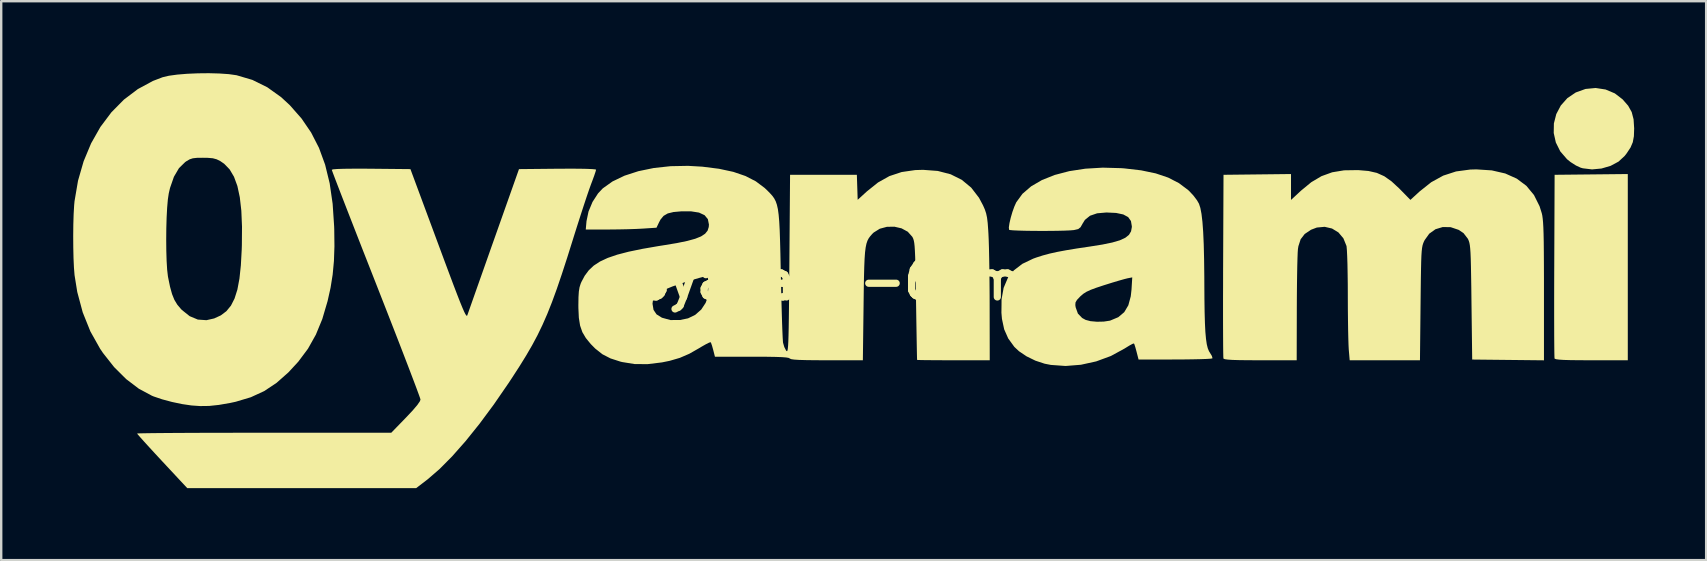
<source format=kicad_pcb>
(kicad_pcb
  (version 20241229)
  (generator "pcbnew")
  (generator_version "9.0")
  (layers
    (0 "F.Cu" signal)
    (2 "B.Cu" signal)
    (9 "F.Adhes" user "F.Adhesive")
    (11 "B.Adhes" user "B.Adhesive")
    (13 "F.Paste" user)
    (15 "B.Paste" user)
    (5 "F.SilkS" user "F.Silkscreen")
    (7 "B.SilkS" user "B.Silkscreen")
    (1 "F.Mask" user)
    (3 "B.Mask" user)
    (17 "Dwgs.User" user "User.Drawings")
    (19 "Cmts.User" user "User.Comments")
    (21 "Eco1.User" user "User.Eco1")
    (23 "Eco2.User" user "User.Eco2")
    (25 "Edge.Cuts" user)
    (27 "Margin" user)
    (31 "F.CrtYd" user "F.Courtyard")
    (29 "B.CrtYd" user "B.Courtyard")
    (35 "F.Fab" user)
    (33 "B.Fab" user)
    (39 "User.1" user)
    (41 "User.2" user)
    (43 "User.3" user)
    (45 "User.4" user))
  (footprint "oyanami-65mm"
    (layer "F.Cu")
    (at 32.502 8.644)
    (property "Reference" "oyanami-65mm" (at 0 0 0) (layer "F.SilkS") (effects (font (size 1.5 1.5) (thickness 0.3))))
    (attr board_only exclude_from_pos_files exclude_from_bom)
    (fp_poly (pts (xy 32.268 -0.563) (xy 32.268 3.316) (xy 30.756 3.316) (xy 30.267 3.314) (xy 29.885 3.31) (xy 29.6 3.302) (xy 29.402 3.289) (xy 29.28 3.272) (xy 29.223 3.25) (xy 29.216 3.242) (xy 29.212 3.171) (xy 29.208 2.992) (xy 29.205 2.715) (xy 29.202 2.35) (xy 29.201 1.907) (xy 29.2 1.397) (xy 29.2 0.83) (xy 29.201 0.215) (xy 29.203 -0.437) (xy 29.204 -0.622) (xy 29.219 -4.411) (xy 30.743 -4.427) (xy 32.268 -4.443)) (stroke (width 0) (type solid)) (fill yes) (layer "F.SilkS"))
    (fp_poly (pts (xy 31.343 -7.965) (xy 31.728 -7.803) (xy 32.051 -7.555) (xy 32.283 -7.289) (xy 32.431 -7.024) (xy 32.509 -6.723) (xy 32.533 -6.349) (xy 32.533 -6.335) (xy 32.522 -6.016) (xy 32.476 -5.768) (xy 32.381 -5.546) (xy 32.222 -5.306) (xy 32.139 -5.199) (xy 31.884 -4.962) (xy 31.552 -4.784) (xy 31.173 -4.673) (xy 30.778 -4.636) (xy 30.397 -4.682) (xy 30.306 -4.707) (xy 30.108 -4.799) (xy 29.884 -4.942) (xy 29.737 -5.06) (xy 29.454 -5.388) (xy 29.27 -5.758) (xy 29.182 -6.152) (xy 29.189 -6.552) (xy 29.288 -6.94) (xy 29.477 -7.298) (xy 29.752 -7.607) (xy 30.101 -7.842) (xy 30.507 -7.988) (xy 30.928 -8.028)) (stroke (width 0) (type solid)) (fill yes) (layer "F.SilkS"))
    (fp_poly (pts (xy -20.342 -4.666) (xy -20.091 -4.664) (xy -18.452 -4.648) (xy -17.293 -1.524) (xy -17.043 -0.85) (xy -16.83 -0.28) (xy -16.652 0.194) (xy -16.504 0.58) (xy -16.385 0.885) (xy -16.29 1.117) (xy -16.218 1.283) (xy -16.164 1.391) (xy -16.125 1.449) (xy -16.099 1.465) (xy -16.083 1.445) (xy -16.082 1.442) (xy -16.052 1.357) (xy -15.987 1.171) (xy -15.89 0.896) (xy -15.765 0.542) (xy -15.616 0.12) (xy -15.447 -0.358) (xy -15.262 -0.882) (xy -15.065 -1.441) (xy -14.979 -1.682) (xy -13.929 -4.648) (xy -12.323 -4.664) (xy -11.848 -4.666) (xy -11.443 -4.665) (xy -11.117 -4.659) (xy -10.881 -4.649) (xy -10.746 -4.636) (xy -10.717 -4.624) (xy -10.737 -4.548) (xy -10.79 -4.389) (xy -10.869 -4.172) (xy -10.928 -4.016) (xy -11.001 -3.814) (xy -11.102 -3.519) (xy -11.224 -3.152) (xy -11.36 -2.734) (xy -11.504 -2.284) (xy -11.649 -1.825) (xy -11.666 -1.77) (xy -11.917 -0.97) (xy -12.145 -0.269) (xy -12.355 0.348) (xy -12.555 0.895) (xy -12.751 1.388) (xy -12.95 1.842) (xy -13.158 2.273) (xy -13.383 2.694) (xy -13.631 3.12) (xy -13.908 3.568) (xy -14.222 4.053) (xy -14.361 4.263) (xy -14.975 5.155) (xy -15.576 5.966) (xy -16.157 6.689) (xy -16.714 7.319) (xy -17.242 7.851) (xy -17.735 8.277) (xy -17.782 8.313) (xy -18.214 8.644) (xy -22.982 8.644) (xy -27.75 8.644) (xy -28.795 7.523) (xy -29.077 7.219) (xy -29.329 6.945) (xy -29.543 6.71) (xy -29.706 6.528) (xy -29.809 6.41) (xy -29.841 6.368) (xy -29.783 6.363) (xy -29.615 6.359) (xy -29.345 6.354) (xy -28.983 6.35) (xy -28.535 6.346) (xy -28.011 6.343) (xy -27.419 6.34) (xy -26.767 6.338) (xy -26.063 6.337) (xy -25.317 6.336) (xy -24.545 6.335) (xy -19.25 6.335) (xy -18.639 5.706) (xy -18.356 5.405) (xy -18.161 5.175) (xy -18.054 5.018) (xy -18.033 4.951) (xy -18.055 4.878) (xy -18.118 4.703) (xy -18.217 4.435) (xy -18.351 4.081) (xy -18.515 3.65) (xy -18.707 3.15) (xy -18.923 2.59) (xy -19.161 1.978) (xy -19.417 1.322) (xy -19.688 0.63) (xy -19.883 0.132) (xy -20.162 -0.578) (xy -20.429 -1.257) (xy -20.679 -1.897) (xy -20.91 -2.489) (xy -21.119 -3.025) (xy -21.302 -3.497) (xy -21.457 -3.898) (xy -21.58 -4.218) (xy -21.668 -4.451) (xy -21.718 -4.587) (xy -21.729 -4.621) (xy -21.671 -4.639) (xy -21.498 -4.653) (xy -21.217 -4.662) (xy -20.83 -4.666)) (stroke (width 0) (type solid)) (fill yes) (layer "F.SilkS"))
    (fp_poly (pts (xy -26.411 -8.632) (xy -26.018 -8.605) (xy -25.699 -8.56) (xy -25.688 -8.557) (xy -25.037 -8.365) (xy -24.42 -8.061) (xy -23.839 -7.646) (xy -23.475 -7.309) (xy -22.993 -6.762) (xy -22.59 -6.173) (xy -22.262 -5.533) (xy -22.006 -4.832) (xy -21.817 -4.059) (xy -21.693 -3.203) (xy -21.63 -2.255) (xy -21.626 -2.136) (xy -21.618 -1.436) (xy -21.639 -0.82) (xy -21.692 -0.254) (xy -21.779 0.293) (xy -21.904 0.853) (xy -21.906 0.859) (xy -22.124 1.599) (xy -22.392 2.249) (xy -22.72 2.834) (xy -23.124 3.375) (xy -23.534 3.819) (xy -24.03 4.258) (xy -24.544 4.6) (xy -25.103 4.857) (xy -25.733 5.045) (xy -25.96 5.094) (xy -26.433 5.176) (xy -26.837 5.219) (xy -27.216 5.224) (xy -27.574 5.199) (xy -27.963 5.142) (xy -28.386 5.053) (xy -28.797 4.943) (xy -29.149 4.824) (xy -29.224 4.793) (xy -29.768 4.501) (xy -30.296 4.1) (xy -30.797 3.601) (xy -31.261 3.013) (xy -31.381 2.836) (xy -31.786 2.115) (xy -32.105 1.322) (xy -32.333 0.471) (xy -32.446 -0.231) (xy -32.471 -0.542) (xy -32.489 -0.939) (xy -32.499 -1.392) (xy -32.501 -1.705) (xy -28.627 -1.705) (xy -28.623 -1.245) (xy -28.61 -0.821) (xy -28.588 -0.458) (xy -28.556 -0.182) (xy -28.55 -0.148) (xy -28.468 0.252) (xy -28.383 0.56) (xy -28.286 0.8) (xy -28.165 1) (xy -28.009 1.184) (xy -27.974 1.22) (xy -27.651 1.478) (xy -27.309 1.621) (xy -26.951 1.646) (xy -26.628 1.573) (xy -26.352 1.446) (xy -26.121 1.272) (xy -25.931 1.041) (xy -25.78 0.745) (xy -25.662 0.373) (xy -25.576 -0.085) (xy -25.517 -0.638) (xy -25.481 -1.296) (xy -25.475 -1.48) (xy -25.469 -2.25) (xy -25.497 -2.913) (xy -25.561 -3.476) (xy -25.662 -3.946) (xy -25.803 -4.33) (xy -25.985 -4.636) (xy -26.211 -4.87) (xy -26.377 -4.984) (xy -26.526 -5.057) (xy -26.685 -5.1) (xy -26.894 -5.118) (xy -27.097 -5.121) (xy -27.347 -5.118) (xy -27.517 -5.099) (xy -27.648 -5.057) (xy -27.777 -4.982) (xy -27.836 -4.942) (xy -28.095 -4.689) (xy -28.306 -4.329) (xy -28.468 -3.863) (xy -28.52 -3.641) (xy -28.558 -3.388) (xy -28.588 -3.042) (xy -28.61 -2.629) (xy -28.623 -2.175) (xy -28.627 -1.705) (xy -32.501 -1.705) (xy -32.502 -1.869) (xy -32.497 -2.34) (xy -32.484 -2.773) (xy -32.463 -3.137) (xy -32.447 -3.31) (xy -32.301 -4.167) (xy -32.068 -4.974) (xy -31.756 -5.722) (xy -31.368 -6.406) (xy -30.911 -7.015) (xy -30.39 -7.543) (xy -29.811 -7.981) (xy -29.18 -8.322) (xy -28.775 -8.477) (xy -28.516 -8.538) (xy -28.167 -8.586) (xy -27.755 -8.62) (xy -27.307 -8.639) (xy -26.85 -8.644)) (stroke (width 0) (type solid)) (fill yes) (layer "F.SilkS"))
    (fp_poly (pts (xy 26.602 -4.595) (xy 27.163 -4.466) (xy 27.643 -4.251) (xy 28.042 -3.952) (xy 28.359 -3.569) (xy 28.592 -3.102) (xy 28.684 -2.81) (xy 28.706 -2.711) (xy 28.723 -2.585) (xy 28.738 -2.422) (xy 28.75 -2.211) (xy 28.759 -1.942) (xy 28.766 -1.604) (xy 28.77 -1.187) (xy 28.773 -0.68) (xy 28.775 -0.073) (xy 28.775 0.428) (xy 28.775 3.318) (xy 27.28 3.302) (xy 25.785 3.286) (xy 25.755 0.888) (xy 25.748 0.29) (xy 25.74 -0.202) (xy 25.733 -0.599) (xy 25.725 -0.913) (xy 25.715 -1.156) (xy 25.702 -1.34) (xy 25.687 -1.477) (xy 25.668 -1.578) (xy 25.645 -1.655) (xy 25.617 -1.721) (xy 25.604 -1.747) (xy 25.423 -1.982) (xy 25.221 -2.117) (xy 24.889 -2.229) (xy 24.56 -2.235) (xy 24.255 -2.143) (xy 23.996 -1.958) (xy 23.805 -1.691) (xy 23.768 -1.617) (xy 23.739 -1.544) (xy 23.715 -1.462) (xy 23.696 -1.358) (xy 23.681 -1.22) (xy 23.669 -1.036) (xy 23.66 -0.793) (xy 23.653 -0.479) (xy 23.646 -0.083) (xy 23.64 0.408) (xy 23.634 0.958) (xy 23.609 3.316) (xy 22.145 3.316) (xy 20.681 3.316) (xy 20.642 2.863) (xy 20.633 2.687) (xy 20.624 2.412) (xy 20.616 2.059) (xy 20.61 1.645) (xy 20.605 1.191) (xy 20.603 0.716) (xy 20.603 0.598) (xy 20.601 0.135) (xy 20.595 -0.3) (xy 20.588 -0.69) (xy 20.577 -1.018) (xy 20.565 -1.266) (xy 20.552 -1.419) (xy 20.548 -1.446) (xy 20.419 -1.764) (xy 20.212 -2.01) (xy 19.945 -2.173) (xy 19.639 -2.244) (xy 19.313 -2.214) (xy 19.068 -2.121) (xy 18.807 -1.945) (xy 18.638 -1.726) (xy 18.544 -1.436) (xy 18.525 -1.317) (xy 18.515 -1.179) (xy 18.506 -0.938) (xy 18.497 -0.612) (xy 18.49 -0.215) (xy 18.484 0.236) (xy 18.48 0.725) (xy 18.478 1.169) (xy 18.473 3.316) (xy 16.961 3.316) (xy 16.471 3.314) (xy 16.09 3.31) (xy 15.805 3.302) (xy 15.607 3.289) (xy 15.484 3.272) (xy 15.427 3.25) (xy 15.421 3.242) (xy 15.416 3.171) (xy 15.412 2.992) (xy 15.409 2.715) (xy 15.407 2.35) (xy 15.405 1.907) (xy 15.404 1.397) (xy 15.404 0.83) (xy 15.406 0.215) (xy 15.407 -0.437) (xy 15.408 -0.622) (xy 15.424 -4.411) (xy 16.83 -4.427) (xy 18.236 -4.443) (xy 18.236 -3.903) (xy 18.236 -3.364) (xy 18.655 -3.752) (xy 19.081 -4.103) (xy 19.505 -4.354) (xy 19.952 -4.516) (xy 20.449 -4.598) (xy 21.02 -4.607) (xy 21.044 -4.606) (xy 21.465 -4.57) (xy 21.814 -4.49) (xy 22.123 -4.351) (xy 22.423 -4.139) (xy 22.747 -3.84) (xy 22.781 -3.805) (xy 23.211 -3.366) (xy 23.594 -3.717) (xy 24.078 -4.102) (xy 24.578 -4.377) (xy 25.113 -4.551) (xy 25.704 -4.63) (xy 25.962 -4.637)) (stroke (width 0) (type solid)) (fill yes) (layer "F.SilkS"))
    (fp_poly (pts (xy 11.157 -4.688) (xy 11.283 -4.679) (xy 11.991 -4.597) (xy 12.6 -4.47) (xy 13.121 -4.294) (xy 13.567 -4.064) (xy 13.949 -3.777) (xy 13.989 -3.74) (xy 14.165 -3.553) (xy 14.319 -3.35) (xy 14.402 -3.205) (xy 14.459 -3.031) (xy 14.507 -2.781) (xy 14.546 -2.449) (xy 14.577 -2.028) (xy 14.6 -1.511) (xy 14.615 -0.892) (xy 14.624 -0.164) (xy 14.625 0.118) (xy 14.629 0.773) (xy 14.637 1.32) (xy 14.65 1.77) (xy 14.668 2.133) (xy 14.694 2.421) (xy 14.726 2.644) (xy 14.767 2.812) (xy 14.818 2.937) (xy 14.861 3.007) (xy 14.939 3.136) (xy 14.964 3.225) (xy 14.958 3.238) (xy 14.889 3.25) (xy 14.719 3.261) (xy 14.462 3.27) (xy 14.136 3.277) (xy 13.756 3.282) (xy 13.4 3.284) (xy 11.885 3.286) (xy 11.802 2.964) (xy 11.753 2.783) (xy 11.712 2.654) (xy 11.693 2.615) (xy 11.635 2.632) (xy 11.505 2.702) (xy 11.329 2.81) (xy 11.292 2.833) (xy 10.732 3.138) (xy 10.12 3.363) (xy 9.483 3.503) (xy 8.845 3.554) (xy 8.232 3.51) (xy 7.971 3.459) (xy 7.588 3.333) (xy 7.218 3.152) (xy 6.899 2.937) (xy 6.708 2.757) (xy 6.454 2.407) (xy 6.286 2.028) (xy 6.193 1.592) (xy 6.171 1.337) (xy 6.175 1.019) (xy 9.25 1.019) (xy 9.264 1.11) (xy 9.357 1.37) (xy 9.534 1.554) (xy 9.68 1.634) (xy 9.883 1.687) (xy 10.151 1.711) (xy 10.434 1.705) (xy 10.684 1.667) (xy 10.711 1.659) (xy 11.04 1.521) (xy 11.288 1.312) (xy 11.459 1.025) (xy 11.56 0.65) (xy 11.591 0.37) (xy 11.622 -0.137) (xy 11.421 -0.098) (xy 11.29 -0.065) (xy 11.074 -0.004) (xy 10.802 0.077) (xy 10.502 0.171) (xy 10.45 0.187) (xy 10.12 0.296) (xy 9.881 0.385) (xy 9.707 0.467) (xy 9.576 0.551) (xy 9.462 0.651) (xy 9.452 0.66) (xy 9.319 0.801) (xy 9.258 0.906) (xy 9.25 1.019) (xy 6.175 1.019) (xy 6.177 0.776) (xy 6.263 0.299) (xy 6.433 -0.101) (xy 6.691 -0.432) (xy 7.044 -0.702) (xy 7.496 -0.918) (xy 7.634 -0.968) (xy 7.901 -1.053) (xy 8.183 -1.129) (xy 8.5 -1.199) (xy 8.874 -1.269) (xy 9.324 -1.343) (xy 9.856 -1.422) (xy 10.377 -1.505) (xy 10.789 -1.59) (xy 11.104 -1.682) (xy 11.333 -1.788) (xy 11.485 -1.91) (xy 11.572 -2.056) (xy 11.604 -2.229) (xy 11.605 -2.264) (xy 11.568 -2.484) (xy 11.452 -2.648) (xy 11.248 -2.759) (xy 10.95 -2.822) (xy 10.547 -2.841) (xy 10.546 -2.841) (xy 10.158 -2.807) (xy 9.861 -2.705) (xy 9.65 -2.533) (xy 9.555 -2.381) (xy 9.469 -2.228) (xy 9.37 -2.15) (xy 9.208 -2.112) (xy 9.184 -2.108) (xy 9.028 -2.095) (xy 8.793 -2.085) (xy 8.499 -2.078) (xy 8.167 -2.074) (xy 7.817 -2.073) (xy 7.47 -2.075) (xy 7.146 -2.08) (xy 6.866 -2.088) (xy 6.651 -2.098) (xy 6.52 -2.111) (xy 6.49 -2.121) (xy 6.48 -2.219) (xy 6.506 -2.395) (xy 6.558 -2.62) (xy 6.628 -2.861) (xy 6.709 -3.087) (xy 6.789 -3.265) (xy 7.048 -3.62) (xy 7.408 -3.93) (xy 7.86 -4.193) (xy 8.393 -4.405) (xy 9 -4.564) (xy 9.669 -4.666) (xy 10.391 -4.709)) (stroke (width 0) (type solid)) (fill yes) (layer "F.SilkS"))
    (fp_poly (pts (xy -6.291 -4.75) (xy -5.595 -4.662) (xy -5 -4.534) (xy -4.493 -4.361) (xy -4.062 -4.139) (xy -3.694 -3.863) (xy -3.583 -3.758) (xy -3.471 -3.644) (xy -3.376 -3.539) (xy -3.298 -3.431) (xy -3.234 -3.309) (xy -3.183 -3.162) (xy -3.142 -2.979) (xy -3.111 -2.749) (xy -3.086 -2.46) (xy -3.067 -2.102) (xy -3.052 -1.663) (xy -3.038 -1.133) (xy -3.025 -0.499) (xy -3.019 -0.225) (xy -3.007 0.326) (xy -2.994 0.847) (xy -2.981 1.325) (xy -2.968 1.746) (xy -2.955 2.097) (xy -2.943 2.365) (xy -2.932 2.536) (xy -2.927 2.587) (xy -2.875 2.766) (xy -2.801 2.909) (xy -2.79 2.922) (xy -2.77 2.938) (xy -2.754 2.931) (xy -2.739 2.894) (xy -2.727 2.819) (xy -2.716 2.696) (xy -2.707 2.518) (xy -2.699 2.277) (xy -2.692 1.964) (xy -2.686 1.571) (xy -2.68 1.09) (xy -2.674 0.513) (xy -2.669 -0.169) (xy -2.664 -0.689) (xy -2.635 -4.411) (xy -1.243 -4.411) (xy 0.148 -4.411) (xy 0.165 -3.89) (xy 0.182 -3.369) (xy 0.564 -3.718) (xy 1.028 -4.09) (xy 1.504 -4.357) (xy 2.014 -4.526) (xy 2.58 -4.608) (xy 2.908 -4.618) (xy 3.519 -4.572) (xy 4.055 -4.433) (xy 4.52 -4.201) (xy 4.913 -3.875) (xy 5.236 -3.455) (xy 5.405 -3.138) (xy 5.481 -2.965) (xy 5.534 -2.804) (xy 5.572 -2.626) (xy 5.599 -2.402) (xy 5.621 -2.101) (xy 5.63 -1.954) (xy 5.641 -1.705) (xy 5.652 -1.358) (xy 5.661 -0.933) (xy 5.669 -0.448) (xy 5.675 0.076) (xy 5.679 0.619) (xy 5.68 1.081) (xy 5.684 3.316) (xy 4.174 3.316) (xy 3.765 3.315) (xy 3.397 3.313) (xy 3.087 3.311) (xy 2.85 3.308) (xy 2.702 3.304) (xy 2.657 3.301) (xy 2.655 3.24) (xy 2.651 3.074) (xy 2.646 2.814) (xy 2.64 2.473) (xy 2.633 2.063) (xy 2.625 1.596) (xy 2.617 1.086) (xy 2.613 0.829) (xy 2.604 0.223) (xy 2.595 -0.277) (xy 2.586 -0.681) (xy 2.577 -1.001) (xy 2.566 -1.249) (xy 2.554 -1.436) (xy 2.539 -1.573) (xy 2.52 -1.673) (xy 2.498 -1.746) (xy 2.471 -1.804) (xy 2.457 -1.829) (xy 2.269 -2.039) (xy 2.011 -2.18) (xy 1.712 -2.249) (xy 1.4 -2.244) (xy 1.103 -2.164) (xy 0.848 -2.005) (xy 0.787 -1.946) (xy 0.709 -1.857) (xy 0.643 -1.768) (xy 0.59 -1.667) (xy 0.548 -1.544) (xy 0.515 -1.385) (xy 0.489 -1.179) (xy 0.47 -0.915) (xy 0.456 -0.58) (xy 0.445 -0.162) (xy 0.436 0.35) (xy 0.428 0.968) (xy 0.428 0.992) (xy 0.398 3.316) (xy -1.101 3.316) (xy -1.592 3.314) (xy -1.976 3.309) (xy -2.262 3.301) (xy -2.461 3.288) (xy -2.585 3.27) (xy -2.642 3.247) (xy -2.647 3.242) (xy -2.692 3.218) (xy -2.8 3.199) (xy -2.982 3.185) (xy -3.248 3.176) (xy -3.609 3.17) (xy -4.074 3.168) (xy -4.229 3.168) (xy -5.765 3.168) (xy -5.838 2.881) (xy -5.886 2.71) (xy -5.927 2.592) (xy -5.942 2.564) (xy -6.003 2.579) (xy -6.138 2.646) (xy -6.323 2.751) (xy -6.406 2.802) (xy -6.83 3.044) (xy -7.228 3.216) (xy -7.649 3.339) (xy -7.974 3.405) (xy -8.575 3.478) (xy -9.117 3.473) (xy -9.631 3.39) (xy -9.704 3.372) (xy -10.116 3.239) (xy -10.452 3.066) (xy -10.752 2.829) (xy -10.941 2.638) (xy -11.144 2.389) (xy -11.289 2.144) (xy -11.383 1.873) (xy -11.435 1.549) (xy -11.454 1.144) (xy -11.455 1.007) (xy -11.454 0.961) (xy -8.366 0.961) (xy -8.366 0.962) (xy -8.323 1.218) (xy -8.198 1.403) (xy -7.973 1.543) (xy -7.621 1.64) (xy -7.222 1.639) (xy -6.885 1.569) (xy -6.589 1.426) (xy -6.334 1.201) (xy -6.153 0.926) (xy -6.103 0.789) (xy -6.068 0.602) (xy -6.045 0.36) (xy -6.039 0.192) (xy -6.044 -0.012) (xy -6.062 -0.124) (xy -6.102 -0.17) (xy -6.152 -0.178) (xy -6.246 -0.16) (xy -6.43 -0.112) (xy -6.68 -0.039) (xy -6.973 0.051) (xy -7.104 0.093) (xy -7.541 0.243) (xy -7.872 0.38) (xy -8.108 0.513) (xy -8.262 0.649) (xy -8.345 0.796) (xy -8.366 0.961) (xy -11.454 0.961) (xy -11.45 0.685) (xy -11.435 0.451) (xy -11.406 0.274) (xy -11.359 0.125) (xy -11.328 0.052) (xy -11.19 -0.207) (xy -11.022 -0.432) (xy -10.814 -0.628) (xy -10.554 -0.798) (xy -10.232 -0.948) (xy -9.838 -1.083) (xy -9.361 -1.207) (xy -8.79 -1.325) (xy -8.114 -1.442) (xy -7.886 -1.478) (xy -7.35 -1.567) (xy -6.921 -1.655) (xy -6.589 -1.746) (xy -6.344 -1.844) (xy -6.175 -1.956) (xy -6.071 -2.084) (xy -6.023 -2.236) (xy -6.015 -2.339) (xy -6.06 -2.563) (xy -6.197 -2.729) (xy -6.429 -2.837) (xy -6.76 -2.889) (xy -7.156 -2.89) (xy -7.491 -2.86) (xy -7.732 -2.801) (xy -7.905 -2.7) (xy -8.033 -2.546) (xy -8.094 -2.43) (xy -8.2 -2.207) (xy -8.763 -2.17) (xy -9.034 -2.156) (xy -9.384 -2.144) (xy -9.77 -2.136) (xy -10.152 -2.132) (xy -10.236 -2.132) (xy -11.147 -2.131) (xy -11.116 -2.48) (xy -11.032 -2.881) (xy -10.866 -3.28) (xy -10.636 -3.635) (xy -10.438 -3.846) (xy -10.033 -4.134) (xy -9.533 -4.374) (xy -8.954 -4.562) (xy -8.309 -4.695) (xy -7.615 -4.77) (xy -6.885 -4.784)) (stroke (width 0) (type solid)) (fill yes) (layer "F.SilkS")))
  (gr_rect
    (start -3 -3)
    (end 68.035 20.288)
    (stroke (width 0.1) (type default))
    (fill no)
    (layer "Edge.Cuts")))
</source>
